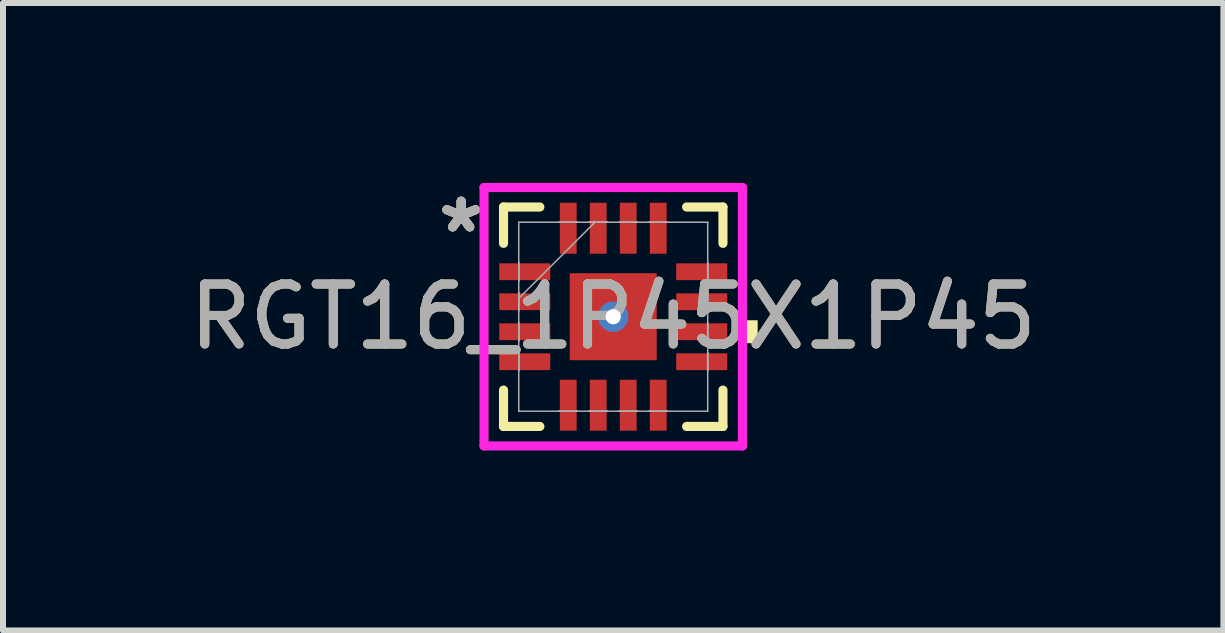
<source format=kicad_pcb>
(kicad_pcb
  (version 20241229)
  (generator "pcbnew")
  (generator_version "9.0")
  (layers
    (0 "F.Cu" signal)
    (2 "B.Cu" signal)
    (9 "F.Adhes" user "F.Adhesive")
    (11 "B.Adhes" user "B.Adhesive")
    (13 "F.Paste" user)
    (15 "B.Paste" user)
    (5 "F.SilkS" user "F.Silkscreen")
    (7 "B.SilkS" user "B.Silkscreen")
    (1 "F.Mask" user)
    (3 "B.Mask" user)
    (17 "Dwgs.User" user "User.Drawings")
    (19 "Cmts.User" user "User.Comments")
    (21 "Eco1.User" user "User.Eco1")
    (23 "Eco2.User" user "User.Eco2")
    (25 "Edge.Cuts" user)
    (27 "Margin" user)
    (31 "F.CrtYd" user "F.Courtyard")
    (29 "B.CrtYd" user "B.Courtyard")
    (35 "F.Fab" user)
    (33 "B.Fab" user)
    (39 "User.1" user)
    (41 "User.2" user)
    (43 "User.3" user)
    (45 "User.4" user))
  (footprint "RGT16_1P45X1P45"
    (layer "F.Cu")
    (at 7.173 2.23)
    (property "Reference" "RGT16_1P45X1P45" (at 0 0 0) (unlocked yes) (layer "F.SilkS") (effects (font (size 1 1) (thickness 0.15))))
    (attr smd)
    (fp_poly (pts (xy -1.97 -0.96) (xy -1.97 -0.54) (xy -0.98 -0.54) (xy -0.98 -0.96)) (stroke (width 0) (type solid)) (fill yes) (layer "F.Mask"))
    (fp_poly (pts (xy -1.97 -0.46) (xy -1.97 -0.04) (xy -0.98 -0.04) (xy -0.98 -0.46)) (stroke (width 0) (type solid)) (fill yes) (layer "F.Mask"))
    (fp_poly (pts (xy -1.97 0.04) (xy -1.97 0.46) (xy -0.98 0.46) (xy -0.98 0.04)) (stroke (width 0) (type solid)) (fill yes) (layer "F.Mask"))
    (fp_poly (pts (xy -1.97 0.54) (xy -1.97 0.96) (xy -0.98 0.96) (xy -0.98 0.54)) (stroke (width 0) (type solid)) (fill yes) (layer "F.Mask"))
    (fp_poly (pts (xy -0.96 -1.97) (xy -0.96 -0.98) (xy -0.541 -0.98) (xy -0.541 -1.97)) (stroke (width 0) (type solid)) (fill yes) (layer "F.Mask"))
    (fp_poly (pts (xy -0.96 0.98) (xy -0.96 1.97) (xy -0.541 1.97) (xy -0.541 0.98)) (stroke (width 0) (type solid)) (fill yes) (layer "F.Mask"))
    (fp_poly (pts (xy -0.788 -0.788) (xy -0.2 -0.788) (xy -0.2 0.788) (xy -0.788 0.788)) (stroke (width 0) (type solid)) (fill yes) (layer "F.Mask"))
    (fp_poly (pts (xy -0.788 -0.788) (xy 0.788 -0.788) (xy 0.788 -0.2) (xy -0.788 -0.2)) (stroke (width 0) (type solid)) (fill yes) (layer "F.Mask"))
    (fp_poly (pts (xy -0.788 0.2) (xy 0.788 0.2) (xy 0.788 0.788) (xy -0.788 0.788)) (stroke (width 0) (type solid)) (fill yes) (layer "F.Mask"))
    (fp_poly (pts (xy -0.46 -1.97) (xy -0.46 -0.98) (xy -0.04 -0.98) (xy -0.04 -1.97)) (stroke (width 0) (type solid)) (fill yes) (layer "F.Mask"))
    (fp_poly (pts (xy -0.46 0.98) (xy -0.46 1.97) (xy -0.04 1.97) (xy -0.04 0.98)) (stroke (width 0) (type solid)) (fill yes) (layer "F.Mask"))
    (fp_poly (pts (xy 0.04 -1.97) (xy 0.04 -0.98) (xy 0.46 -0.98) (xy 0.46 -1.97)) (stroke (width 0) (type solid)) (fill yes) (layer "F.Mask"))
    (fp_poly (pts (xy 0.04 0.98) (xy 0.04 1.97) (xy 0.46 1.97) (xy 0.46 0.98)) (stroke (width 0) (type solid)) (fill yes) (layer "F.Mask"))
    (fp_poly (pts (xy 0.2 -0.788) (xy 0.788 -0.788) (xy 0.788 0.788) (xy 0.2 0.788)) (stroke (width 0) (type solid)) (fill yes) (layer "F.Mask"))
    (fp_poly (pts (xy 0.541 -1.97) (xy 0.541 -0.98) (xy 0.96 -0.98) (xy 0.96 -1.97)) (stroke (width 0) (type solid)) (fill yes) (layer "F.Mask"))
    (fp_poly (pts (xy 0.541 0.98) (xy 0.541 1.97) (xy 0.96 1.97) (xy 0.96 0.98)) (stroke (width 0) (type solid)) (fill yes) (layer "F.Mask"))
    (fp_poly (pts (xy 0.98 -0.96) (xy 0.98 -0.54) (xy 1.97 -0.54) (xy 1.97 -0.96)) (stroke (width 0) (type solid)) (fill yes) (layer "F.Mask"))
    (fp_poly (pts (xy 0.98 -0.46) (xy 0.98 -0.04) (xy 1.97 -0.04) (xy 1.97 -0.46)) (stroke (width 0) (type solid)) (fill yes) (layer "F.Mask"))
    (fp_poly (pts (xy 0.98 0.04) (xy 0.98 0.46) (xy 1.97 0.46) (xy 1.97 0.04)) (stroke (width 0) (type solid)) (fill yes) (layer "F.Mask"))
    (fp_poly (pts (xy 0.98 0.54) (xy 0.98 0.96) (xy 1.97 0.96) (xy 1.97 0.54)) (stroke (width 0) (type solid)) (fill yes) (layer "F.Mask"))
    (fp_line (start -1.829 -1.829) (end -1.829 -1.223) (stroke (width 0.152) (type solid)) (layer "F.SilkS"))
    (fp_line (start -1.829 1.223) (end -1.829 1.829) (stroke (width 0.152) (type solid)) (layer "F.SilkS"))
    (fp_line (start -1.829 1.829) (end -1.223 1.829) (stroke (width 0.152) (type solid)) (layer "F.SilkS"))
    (fp_line (start -1.223 -1.829) (end -1.829 -1.829) (stroke (width 0.152) (type solid)) (layer "F.SilkS"))
    (fp_line (start 1.223 1.829) (end 1.829 1.829) (stroke (width 0.152) (type solid)) (layer "F.SilkS"))
    (fp_line (start 1.829 -1.829) (end 1.223 -1.829) (stroke (width 0.152) (type solid)) (layer "F.SilkS"))
    (fp_line (start 1.829 -1.223) (end 1.829 -1.829) (stroke (width 0.152) (type solid)) (layer "F.SilkS"))
    (fp_line (start 1.829 1.829) (end 1.829 1.223) (stroke (width 0.152) (type solid)) (layer "F.SilkS"))
    (fp_poly (pts (xy 2.408 0.059) (xy 2.408 0.441) (xy 2.154 0.441) (xy 2.154 0.059)) (stroke (width 0) (type solid)) (fill yes) (layer "F.SilkS"))
    (fp_poly (pts (xy -1.875 -0.865) (xy -1.875 -0.635) (xy -1.075 -0.635) (xy -1.075 -0.865)) (stroke (width 0) (type solid)) (fill yes) (layer "F.Paste"))
    (fp_poly (pts (xy -1.875 -0.365) (xy -1.875 -0.135) (xy -1.075 -0.135) (xy -1.075 -0.365)) (stroke (width 0) (type solid)) (fill yes) (layer "F.Paste"))
    (fp_poly (pts (xy -1.875 0.135) (xy -1.875 0.365) (xy -1.075 0.365) (xy -1.075 0.135)) (stroke (width 0) (type solid)) (fill yes) (layer "F.Paste"))
    (fp_poly (pts (xy -1.875 0.635) (xy -1.875 0.865) (xy -1.075 0.865) (xy -1.075 0.635)) (stroke (width 0) (type solid)) (fill yes) (layer "F.Paste"))
    (fp_poly (pts (xy -0.865 -1.875) (xy -0.865 -1.075) (xy -0.635 -1.075) (xy -0.635 -1.875)) (stroke (width 0) (type solid)) (fill yes) (layer "F.Paste"))
    (fp_poly (pts (xy -0.865 1.075) (xy -0.865 1.875) (xy -0.635 1.875) (xy -0.635 1.075)) (stroke (width 0) (type solid)) (fill yes) (layer "F.Paste"))
    (fp_poly (pts (xy -0.365 -1.875) (xy -0.365 -1.075) (xy -0.135 -1.075) (xy -0.135 -1.875)) (stroke (width 0) (type solid)) (fill yes) (layer "F.Paste"))
    (fp_poly (pts (xy -0.365 1.075) (xy -0.365 1.875) (xy -0.135 1.875) (xy -0.135 1.075)) (stroke (width 0) (type solid)) (fill yes) (layer "F.Paste"))
    (fp_poly (pts (xy 0.135 -1.875) (xy 0.135 -1.075) (xy 0.365 -1.075) (xy 0.365 -1.875)) (stroke (width 0) (type solid)) (fill yes) (layer "F.Paste"))
    (fp_poly (pts (xy 0.135 1.075) (xy 0.135 1.875) (xy 0.365 1.875) (xy 0.365 1.075)) (stroke (width 0) (type solid)) (fill yes) (layer "F.Paste"))
    (fp_poly (pts (xy 0.635 -1.875) (xy 0.635 -1.075) (xy 0.865 -1.075) (xy 0.865 -1.875)) (stroke (width 0) (type solid)) (fill yes) (layer "F.Paste"))
    (fp_poly (pts (xy 0.635 1.075) (xy 0.635 1.875) (xy 0.865 1.875) (xy 0.865 1.075)) (stroke (width 0) (type solid)) (fill yes) (layer "F.Paste"))
    (fp_poly (pts (xy 1.075 -0.865) (xy 1.075 -0.635) (xy 1.875 -0.635) (xy 1.875 -0.865)) (stroke (width 0) (type solid)) (fill yes) (layer "F.Paste"))
    (fp_poly (pts (xy 1.075 -0.365) (xy 1.075 -0.135) (xy 1.875 -0.135) (xy 1.875 -0.365)) (stroke (width 0) (type solid)) (fill yes) (layer "F.Paste"))
    (fp_poly (pts (xy 1.075 0.135) (xy 1.075 0.365) (xy 1.875 0.365) (xy 1.875 0.135)) (stroke (width 0) (type solid)) (fill yes) (layer "F.Paste"))
    (fp_poly (pts (xy 1.075 0.635) (xy 1.075 0.865) (xy 1.875 0.865) (xy 1.875 0.635)) (stroke (width 0) (type solid)) (fill yes) (layer "F.Paste"))
    (fp_poly (pts (xy -0.65 -0.65) (xy -0.65 -0.1) (xy -0.241 -0.1) (xy -0.1 -0.241) (xy -0.1 -0.65)) (stroke (width 0) (type solid)) (fill yes) (layer "F.Paste"))
    (fp_poly (pts (xy -0.65 0.1) (xy -0.65 0.65) (xy -0.1 0.65) (xy -0.1 0.241) (xy -0.241 0.1)) (stroke (width 0) (type solid)) (fill yes) (layer "F.Paste"))
    (fp_poly (pts (xy 0.1 -0.65) (xy 0.1 -0.241) (xy 0.241 -0.1) (xy 0.65 -0.1) (xy 0.65 -0.65)) (stroke (width 0) (type solid)) (fill yes) (layer "F.Paste"))
    (fp_poly (pts (xy 0.241 0.1) (xy 0.1 0.241) (xy 0.1 0.65) (xy 0.65 0.65) (xy 0.65 0.1)) (stroke (width 0) (type solid)) (fill yes) (layer "F.Paste"))
    (fp_line (start -2.154 -2.154) (end 2.154 -2.154) (stroke (width 0.152) (type solid)) (layer "F.CrtYd"))
    (fp_line (start -2.154 2.154) (end -2.154 -2.154) (stroke (width 0.152) (type solid)) (layer "F.CrtYd"))
    (fp_line (start 2.154 -2.154) (end 2.154 2.154) (stroke (width 0.152) (type solid)) (layer "F.CrtYd"))
    (fp_line (start 2.154 2.154) (end -2.154 2.154) (stroke (width 0.152) (type solid)) (layer "F.CrtYd"))
    (fp_line (start -1.575 -1.575) (end -1.575 1.575) (stroke (width 0.025) (type solid)) (layer "F.Fab"))
    (fp_line (start -1.575 -0.9) (end -1.575 -0.9) (stroke (width 0.025) (type solid)) (layer "F.Fab"))
    (fp_line (start -1.575 -0.9) (end -1.575 -0.6) (stroke (width 0.025) (type solid)) (layer "F.Fab"))
    (fp_line (start -1.575 -0.6) (end -1.575 -0.9) (stroke (width 0.025) (type solid)) (layer "F.Fab"))
    (fp_line (start -1.575 -0.6) (end -1.575 -0.6) (stroke (width 0.025) (type solid)) (layer "F.Fab"))
    (fp_line (start -1.575 -0.4) (end -1.575 -0.4) (stroke (width 0.025) (type solid)) (layer "F.Fab"))
    (fp_line (start -1.575 -0.4) (end -1.575 -0.1) (stroke (width 0.025) (type solid)) (layer "F.Fab"))
    (fp_line (start -1.575 -0.305) (end -0.305 -1.575) (stroke (width 0.025) (type solid)) (layer "F.Fab"))
    (fp_line (start -1.575 -0.1) (end -1.575 -0.4) (stroke (width 0.025) (type solid)) (layer "F.Fab"))
    (fp_line (start -1.575 -0.1) (end -1.575 -0.1) (stroke (width 0.025) (type solid)) (layer "F.Fab"))
    (fp_line (start -1.575 0.1) (end -1.575 0.1) (stroke (width 0.025) (type solid)) (layer "F.Fab"))
    (fp_line (start -1.575 0.1) (end -1.575 0.4) (stroke (width 0.025) (type solid)) (layer "F.Fab"))
    (fp_line (start -1.575 0.4) (end -1.575 0.1) (stroke (width 0.025) (type solid)) (layer "F.Fab"))
    (fp_line (start -1.575 0.4) (end -1.575 0.4) (stroke (width 0.025) (type solid)) (layer "F.Fab"))
    (fp_line (start -1.575 0.6) (end -1.575 0.6) (stroke (width 0.025) (type solid)) (layer "F.Fab"))
    (fp_line (start -1.575 0.6) (end -1.575 0.9) (stroke (width 0.025) (type solid)) (layer "F.Fab"))
    (fp_line (start -1.575 0.9) (end -1.575 0.6) (stroke (width 0.025) (type solid)) (layer "F.Fab"))
    (fp_line (start -1.575 0.9) (end -1.575 0.9) (stroke (width 0.025) (type solid)) (layer "F.Fab"))
    (fp_line (start -1.575 1.575) (end 1.575 1.575) (stroke (width 0.025) (type solid)) (layer "F.Fab"))
    (fp_line (start -0.9 -1.575) (end -0.9 -1.575) (stroke (width 0.025) (type solid)) (layer "F.Fab"))
    (fp_line (start -0.9 -1.575) (end -0.6 -1.575) (stroke (width 0.025) (type solid)) (layer "F.Fab"))
    (fp_line (start -0.9 1.575) (end -0.9 1.575) (stroke (width 0.025) (type solid)) (layer "F.Fab"))
    (fp_line (start -0.9 1.575) (end -0.6 1.575) (stroke (width 0.025) (type solid)) (layer "F.Fab"))
    (fp_line (start -0.6 -1.575) (end -0.9 -1.575) (stroke (width 0.025) (type solid)) (layer "F.Fab"))
    (fp_line (start -0.6 -1.575) (end -0.6 -1.575) (stroke (width 0.025) (type solid)) (layer "F.Fab"))
    (fp_line (start -0.6 1.575) (end -0.9 1.575) (stroke (width 0.025) (type solid)) (layer "F.Fab"))
    (fp_line (start -0.6 1.575) (end -0.6 1.575) (stroke (width 0.025) (type solid)) (layer "F.Fab"))
    (fp_line (start -0.4 -1.575) (end -0.4 -1.575) (stroke (width 0.025) (type solid)) (layer "F.Fab"))
    (fp_line (start -0.4 -1.575) (end -0.1 -1.575) (stroke (width 0.025) (type solid)) (layer "F.Fab"))
    (fp_line (start -0.4 1.575) (end -0.4 1.575) (stroke (width 0.025) (type solid)) (layer "F.Fab"))
    (fp_line (start -0.4 1.575) (end -0.1 1.575) (stroke (width 0.025) (type solid)) (layer "F.Fab"))
    (fp_line (start -0.1 -1.575) (end -0.4 -1.575) (stroke (width 0.025) (type solid)) (layer "F.Fab"))
    (fp_line (start -0.1 -1.575) (end -0.1 -1.575) (stroke (width 0.025) (type solid)) (layer "F.Fab"))
    (fp_line (start -0.1 1.575) (end -0.4 1.575) (stroke (width 0.025) (type solid)) (layer "F.Fab"))
    (fp_line (start -0.1 1.575) (end -0.1 1.575) (stroke (width 0.025) (type solid)) (layer "F.Fab"))
    (fp_line (start 0.1 -1.575) (end 0.1 -1.575) (stroke (width 0.025) (type solid)) (layer "F.Fab"))
    (fp_line (start 0.1 -1.575) (end 0.4 -1.575) (stroke (width 0.025) (type solid)) (layer "F.Fab"))
    (fp_line (start 0.1 1.575) (end 0.1 1.575) (stroke (width 0.025) (type solid)) (layer "F.Fab"))
    (fp_line (start 0.1 1.575) (end 0.4 1.575) (stroke (width 0.025) (type solid)) (layer "F.Fab"))
    (fp_line (start 0.4 -1.575) (end 0.1 -1.575) (stroke (width 0.025) (type solid)) (layer "F.Fab"))
    (fp_line (start 0.4 -1.575) (end 0.4 -1.575) (stroke (width 0.025) (type solid)) (layer "F.Fab"))
    (fp_line (start 0.4 1.575) (end 0.1 1.575) (stroke (width 0.025) (type solid)) (layer "F.Fab"))
    (fp_line (start 0.4 1.575) (end 0.4 1.575) (stroke (width 0.025) (type solid)) (layer "F.Fab"))
    (fp_line (start 0.6 -1.575) (end 0.6 -1.575) (stroke (width 0.025) (type solid)) (layer "F.Fab"))
    (fp_line (start 0.6 -1.575) (end 0.9 -1.575) (stroke (width 0.025) (type solid)) (layer "F.Fab"))
    (fp_line (start 0.6 1.575) (end 0.6 1.575) (stroke (width 0.025) (type solid)) (layer "F.Fab"))
    (fp_line (start 0.6 1.575) (end 0.9 1.575) (stroke (width 0.025) (type solid)) (layer "F.Fab"))
    (fp_line (start 0.9 -1.575) (end 0.6 -1.575) (stroke (width 0.025) (type solid)) (layer "F.Fab"))
    (fp_line (start 0.9 -1.575) (end 0.9 -1.575) (stroke (width 0.025) (type solid)) (layer "F.Fab"))
    (fp_line (start 0.9 1.575) (end 0.6 1.575) (stroke (width 0.025) (type solid)) (layer "F.Fab"))
    (fp_line (start 0.9 1.575) (end 0.9 1.575) (stroke (width 0.025) (type solid)) (layer "F.Fab"))
    (fp_line (start 1.575 -1.575) (end -1.575 -1.575) (stroke (width 0.025) (type solid)) (layer "F.Fab"))
    (fp_line (start 1.575 -0.9) (end 1.575 -0.9) (stroke (width 0.025) (type solid)) (layer "F.Fab"))
    (fp_line (start 1.575 -0.9) (end 1.575 -0.6) (stroke (width 0.025) (type solid)) (layer "F.Fab"))
    (fp_line (start 1.575 -0.6) (end 1.575 -0.9) (stroke (width 0.025) (type solid)) (layer "F.Fab"))
    (fp_line (start 1.575 -0.6) (end 1.575 -0.6) (stroke (width 0.025) (type solid)) (layer "F.Fab"))
    (fp_line (start 1.575 -0.4) (end 1.575 -0.4) (stroke (width 0.025) (type solid)) (layer "F.Fab"))
    (fp_line (start 1.575 -0.4) (end 1.575 -0.1) (stroke (width 0.025) (type solid)) (layer "F.Fab"))
    (fp_line (start 1.575 -0.1) (end 1.575 -0.4) (stroke (width 0.025) (type solid)) (layer "F.Fab"))
    (fp_line (start 1.575 -0.1) (end 1.575 -0.1) (stroke (width 0.025) (type solid)) (layer "F.Fab"))
    (fp_line (start 1.575 0.1) (end 1.575 0.1) (stroke (width 0.025) (type solid)) (layer "F.Fab"))
    (fp_line (start 1.575 0.1) (end 1.575 0.4) (stroke (width 0.025) (type solid)) (layer "F.Fab"))
    (fp_line (start 1.575 0.4) (end 1.575 0.1) (stroke (width 0.025) (type solid)) (layer "F.Fab"))
    (fp_line (start 1.575 0.4) (end 1.575 0.4) (stroke (width 0.025) (type solid)) (layer "F.Fab"))
    (fp_line (start 1.575 0.6) (end 1.575 0.6) (stroke (width 0.025) (type solid)) (layer "F.Fab"))
    (fp_line (start 1.575 0.6) (end 1.575 0.9) (stroke (width 0.025) (type solid)) (layer "F.Fab"))
    (fp_line (start 1.575 0.9) (end 1.575 0.6) (stroke (width 0.025) (type solid)) (layer "F.Fab"))
    (fp_line (start 1.575 0.9) (end 1.575 0.9) (stroke (width 0.025) (type solid)) (layer "F.Fab"))
    (fp_line (start 1.575 1.575) (end 1.575 -1.575) (stroke (width 0.025) (type solid)) (layer "F.Fab"))
    (fp_text user "*" (at -2.535 -1.381 0) (unlocked yes) (layer "F.SilkS") (effects (font (size 1 1) (thickness 0.15))))
    (fp_text user "*" (at -2.535 -1.381 0) (layer "F.SilkS") (effects (font (size 1 1) (thickness 0.15))))
    (fp_text user "*" (at -2.535 -1.381 0) (layer "F.Fab") (effects (font (size 1 1) (thickness 0.15))))
    (fp_text user "*" (at -2.535 -1.381 0) (unlocked yes) (layer "F.Fab") (effects (font (size 1 1) (thickness 0.15))))
    (fp_text user "${REFERENCE}" (at 0 0 0) (unlocked yes) (layer "F.Fab") (effects (font (size 1 1) (thickness 0.15))))
    (pad "1" smd rect (at -1.475 -0.75 90) (size 0.28 0.85) (layers "F.Cu" "F.Mask"))
    (pad "2" smd rect (at -1.475 -0.25 90) (size 0.28 0.85) (layers "F.Cu" "F.Mask"))
    (pad "3" smd rect (at -1.475 0.25 90) (size 0.28 0.85) (layers "F.Cu" "F.Mask"))
    (pad "4" smd rect (at -1.475 0.75 90) (size 0.28 0.85) (layers "F.Cu" "F.Mask"))
    (pad "5" smd rect (at -0.75 1.475) (size 0.28 0.85) (layers "F.Cu" "F.Mask"))
    (pad "6" smd rect (at -0.25 1.475) (size 0.28 0.85) (layers "F.Cu" "F.Mask"))
    (pad "7" smd rect (at 0.25 1.475) (size 0.28 0.85) (layers "F.Cu" "F.Mask"))
    (pad "8" smd rect (at 0.75 1.475) (size 0.28 0.85) (layers "F.Cu" "F.Mask"))
    (pad "9" smd rect (at 1.475 0.75 90) (size 0.28 0.85) (layers "F.Cu" "F.Mask"))
    (pad "10" smd rect (at 1.475 0.25 90) (size 0.28 0.85) (layers "F.Cu" "F.Mask"))
    (pad "11" smd rect (at 1.475 -0.25 90) (size 0.28 0.85) (layers "F.Cu" "F.Mask"))
    (pad "12" smd rect (at 1.475 -0.75 90) (size 0.28 0.85) (layers "F.Cu" "F.Mask"))
    (pad "13" smd rect (at 0.75 -1.475) (size 0.28 0.85) (layers "F.Cu" "F.Mask"))
    (pad "14" smd rect (at 0.25 -1.475) (size 0.28 0.85) (layers "F.Cu" "F.Mask"))
    (pad "15" smd rect (at -0.25 -1.475) (size 0.28 0.85) (layers "F.Cu" "F.Mask"))
    (pad "16" smd rect (at -0.75 -1.475) (size 0.28 0.85) (layers "F.Cu" "F.Mask"))
    (pad "17" smd rect (at 0 0) (size 1.45 1.45) (layers "F.Cu"))
    (pad "V" thru_hole circle (at 0 0) (size 0.508 0.508) (drill 0.254) (layers "*.Cu" "*.Mask")))
  (gr_rect
    (start -3 -3)
    (end 17.345 7.46)
    (stroke (width 0.1) (type default))
    (fill no)
    (layer "Edge.Cuts")))
</source>
